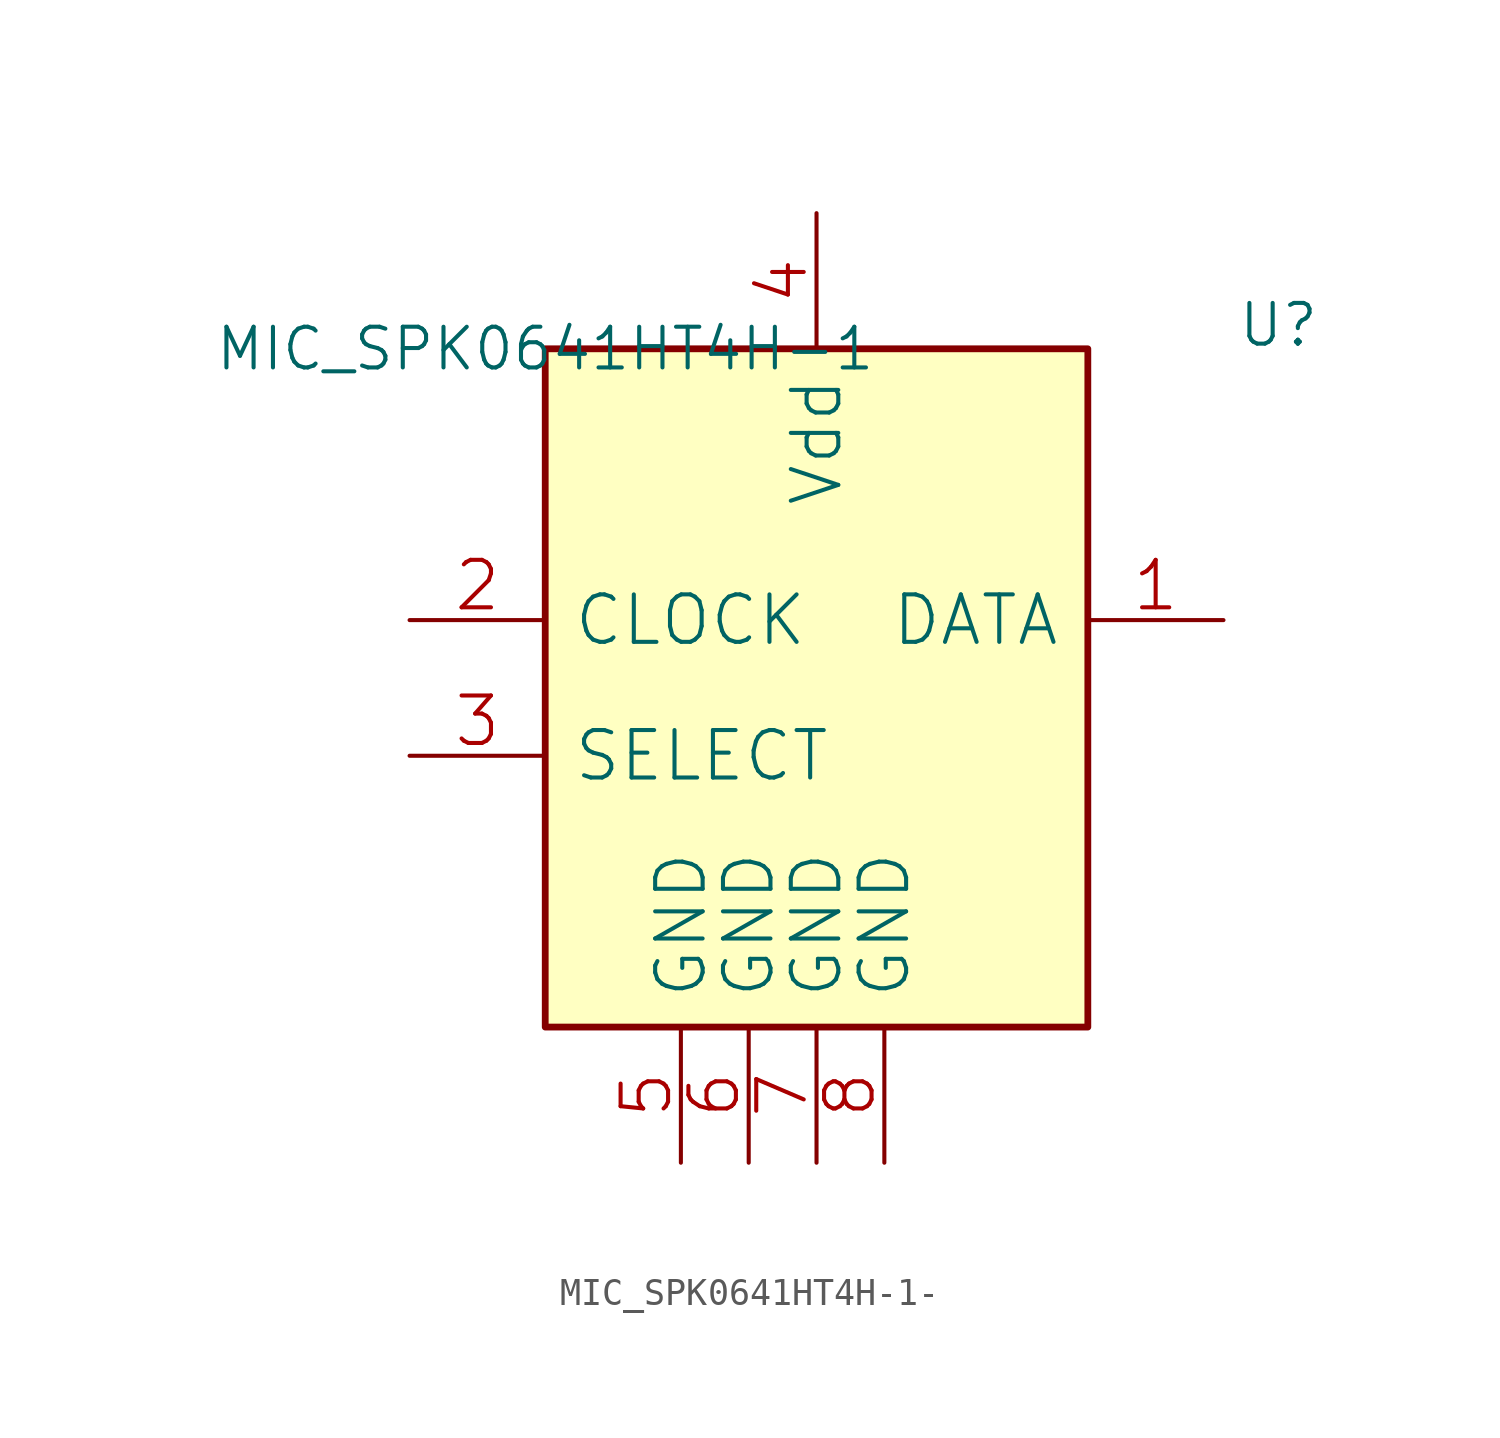
<source format=kicad_sym>
(kicad_symbol_lib
  (version 20220914)
  (generator kicad_symbol_editor)
  (symbol "MIC_SPK0641HT4H-1-"
    (pin_names
      (offset 1.016))
    (property "Reference" "U"
      (at 25.908 0 0)
      (effects (font (size 1.524 1.524)) (justify left bottom)))
    (property "Value" "MIC_SPK0641HT4H-1"
      (at 0 0 0)
      (effects (font (size 1.524 1.524))))
    (property "Footprint" ""
      (at 0 0 0)
      (effects (font (size 1.524 1.524))))
    (property "Datasheet" ""
      (at 0 0 0)
      (effects (font (size 1.524 1.524))))
    (symbol "MIC_SPK0641HT4H-1-_0_1"
      (rectangle (start 0 -25.4) (end 20.32 0) (stroke (width 0.254) (type solid)) (fill (type background)))
      (pin output line (at 25.4 -10.16 180) (length 5.08) (name "DATA" (effects (font (size 1.778 1.778)))) (number "1" (effects (font (size 1.778 1.778)))))
      (pin input line (at -5.08 -10.16 0) (length 5.08) (name "CLOCK" (effects (font (size 1.778 1.778)))) (number "2" (effects (font (size 1.778 1.778)))))
      (pin input line (at -5.08 -15.24 0) (length 5.08) (name "SELECT" (effects (font (size 1.778 1.778)))) (number "3" (effects (font (size 1.778 1.778)))))
      (pin power_in line (at 10.16 5.08 270) (length 5.08) (name "Vdd" (effects (font (size 1.778 1.778)))) (number "4" (effects (font (size 1.778 1.778)))))
      (pin power_in line (at 5.08 -30.48 90) (length 5.08) (name "GND" (effects (font (size 1.778 1.778)))) (number "5" (effects (font (size 1.778 1.778)))))
      (pin power_in line (at 7.62 -30.48 90) (length 5.08) (name "GND" (effects (font (size 1.778 1.778)))) (number "6" (effects (font (size 1.778 1.778)))))
      (pin power_in line (at 10.16 -30.48 90) (length 5.08) (name "GND" (effects (font (size 1.778 1.778)))) (number "7" (effects (font (size 1.778 1.778)))))
      (pin power_in line (at 12.7 -30.48 90) (length 5.08) (name "GND" (effects (font (size 1.778 1.778)))) (number "8" (effects (font (size 1.778 1.778))))))))
</source>
